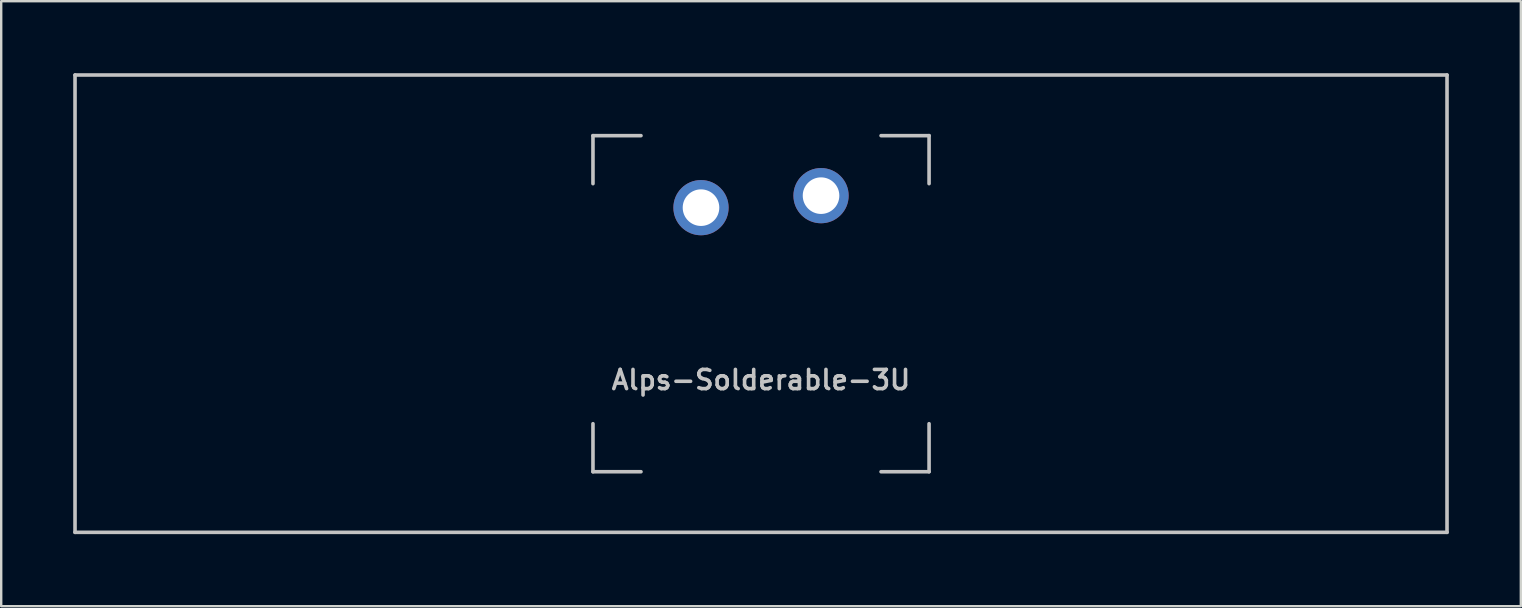
<source format=kicad_pcb>
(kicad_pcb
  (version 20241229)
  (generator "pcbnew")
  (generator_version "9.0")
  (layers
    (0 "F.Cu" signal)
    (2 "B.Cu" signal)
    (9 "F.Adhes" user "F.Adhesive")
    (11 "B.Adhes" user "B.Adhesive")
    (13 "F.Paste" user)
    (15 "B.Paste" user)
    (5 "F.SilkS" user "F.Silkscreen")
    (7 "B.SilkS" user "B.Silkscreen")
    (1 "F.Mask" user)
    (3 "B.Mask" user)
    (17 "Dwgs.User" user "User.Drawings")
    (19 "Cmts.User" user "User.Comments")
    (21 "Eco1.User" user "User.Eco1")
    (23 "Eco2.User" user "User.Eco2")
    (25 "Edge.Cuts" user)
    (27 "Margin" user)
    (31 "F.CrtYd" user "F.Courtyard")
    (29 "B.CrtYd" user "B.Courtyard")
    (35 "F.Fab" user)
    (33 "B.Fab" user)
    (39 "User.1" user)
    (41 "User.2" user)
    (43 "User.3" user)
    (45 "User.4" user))
  (footprint "Alps-Solderable-3U"
    (layer "F.Cu")
    (at 28.65 9.6)
    (property "Reference" "Alps-Solderable-3U" (at 0 3.175 0) (layer "Dwgs.User") (effects (font (size 0.8 0.8) (thickness 0.15))))
    (attr through_hole)
    (fp_line (start -28.575 9.525) (end -28.575 -9.525) (stroke (width 0.15) (type solid)) (layer "Dwgs.User"))
    (fp_line (start -7 -7) (end -7 -5) (stroke (width 0.15) (type solid)) (layer "Dwgs.User"))
    (fp_line (start -7 5) (end -7 7) (stroke (width 0.15) (type solid)) (layer "Dwgs.User"))
    (fp_line (start -7 7) (end -5 7) (stroke (width 0.15) (type solid)) (layer "Dwgs.User"))
    (fp_line (start -5 -7) (end -7 -7) (stroke (width 0.15) (type solid)) (layer "Dwgs.User"))
    (fp_line (start 5 -7) (end 7 -7) (stroke (width 0.15) (type solid)) (layer "Dwgs.User"))
    (fp_line (start 5 7) (end 7 7) (stroke (width 0.15) (type solid)) (layer "Dwgs.User"))
    (fp_line (start 7 -7) (end 7 -5) (stroke (width 0.15) (type solid)) (layer "Dwgs.User"))
    (fp_line (start 7 7) (end 7 5) (stroke (width 0.15) (type solid)) (layer "Dwgs.User"))
    (fp_line (start 28.575 -9.525) (end -28.575 -9.525) (stroke (width 0.15) (type solid)) (layer "Dwgs.User"))
    (fp_line (start 28.575 9.525) (end -28.575 9.525) (stroke (width 0.15) (type solid)) (layer "Dwgs.User"))
    (fp_line (start 28.575 9.525) (end 28.575 -9.525) (stroke (width 0.15) (type solid)) (layer "Dwgs.User"))
    (pad "1" thru_hole circle (at -2.5 -4) (size 2.3 2.3) (drill 1.524) (layers "*.Cu" "B.Mask"))
    (pad "2" thru_hole circle (at 2.5 -4.5) (size 2.3 2.3) (drill 1.524) (layers "*.Cu" "B.Mask")))
  (gr_rect
    (start -3 -3)
    (end 60.3 22.2)
    (stroke (width 0.1) (type default))
    (fill no)
    (layer "Edge.Cuts")))
</source>
